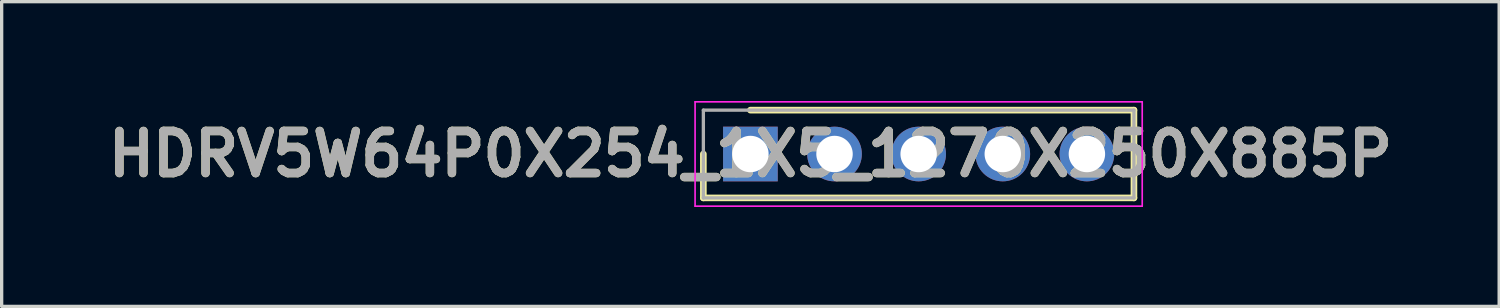
<source format=kicad_pcb>
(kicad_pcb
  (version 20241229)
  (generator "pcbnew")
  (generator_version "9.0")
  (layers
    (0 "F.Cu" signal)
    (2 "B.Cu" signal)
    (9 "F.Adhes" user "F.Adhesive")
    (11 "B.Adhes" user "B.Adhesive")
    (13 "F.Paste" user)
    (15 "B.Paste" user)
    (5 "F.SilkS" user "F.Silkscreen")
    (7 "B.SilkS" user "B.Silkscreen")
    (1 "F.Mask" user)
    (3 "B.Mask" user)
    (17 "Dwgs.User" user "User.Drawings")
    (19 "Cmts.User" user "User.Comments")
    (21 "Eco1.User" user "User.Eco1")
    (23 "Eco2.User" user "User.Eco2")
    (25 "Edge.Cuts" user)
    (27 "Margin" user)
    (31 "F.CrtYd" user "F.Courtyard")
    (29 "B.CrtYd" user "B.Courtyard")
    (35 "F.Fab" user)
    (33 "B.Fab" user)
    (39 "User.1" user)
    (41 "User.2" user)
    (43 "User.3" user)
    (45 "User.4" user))
  (footprint "HDRV5W64P0X254_1X5_1270X250X885P"
    (layer "F.Cu")
    (at 19.606 1.6)
    (property "Reference" "HDRV5W64P0X254_1X5_1270X250X885P" (at 0 0 0) (layer "F.SilkS") (effects (font (size 1.27 1.27) (thickness 0.254))))
    (attr through_hole)
    (fp_line (start -1.42 0) (end -1.42 1.325) (stroke (width 0.2) (type solid)) (layer "F.SilkS"))
    (fp_line (start -1.42 1.325) (end 11.58 1.325) (stroke (width 0.2) (type solid)) (layer "F.SilkS"))
    (fp_line (start 11.58 -1.325) (end 0 -1.325) (stroke (width 0.2) (type solid)) (layer "F.SilkS"))
    (fp_line (start 11.58 1.325) (end 11.58 -1.325) (stroke (width 0.2) (type solid)) (layer "F.SilkS"))
    (fp_line (start -1.67 -1.575) (end 11.83 -1.575) (stroke (width 0.05) (type solid)) (layer "F.CrtYd"))
    (fp_line (start -1.67 1.575) (end -1.67 -1.575) (stroke (width 0.05) (type solid)) (layer "F.CrtYd"))
    (fp_line (start 11.83 -1.575) (end 11.83 1.575) (stroke (width 0.05) (type solid)) (layer "F.CrtYd"))
    (fp_line (start 11.83 1.575) (end -1.67 1.575) (stroke (width 0.05) (type solid)) (layer "F.CrtYd"))
    (fp_line (start -1.42 -1.325) (end 11.58 -1.325) (stroke (width 0.1) (type solid)) (layer "F.Fab"))
    (fp_line (start -1.42 1.325) (end -1.42 -1.325) (stroke (width 0.1) (type solid)) (layer "F.Fab"))
    (fp_line (start 11.58 -1.325) (end 11.58 1.325) (stroke (width 0.1) (type solid)) (layer "F.Fab"))
    (fp_line (start 11.58 1.325) (end -1.42 1.325) (stroke (width 0.1) (type solid)) (layer "F.Fab"))
    (fp_text user "${REFERENCE}" (at 0 0 0) (layer "F.Fab") (effects (font (size 1.27 1.27) (thickness 0.254))))
    (pad "1" thru_hole rect (at 0 0) (size 1.65 1.65) (drill 1.1) (layers "*.Cu" "*.Mask"))
    (pad "2" thru_hole circle (at 2.54 0) (size 1.65 1.65) (drill 1.1) (layers "*.Cu" "*.Mask"))
    (pad "3" thru_hole circle (at 5.08 0) (size 1.65 1.65) (drill 1.1) (layers "*.Cu" "*.Mask"))
    (pad "4" thru_hole circle (at 7.62 0) (size 1.65 1.65) (drill 1.1) (layers "*.Cu" "*.Mask"))
    (pad "5" thru_hole circle (at 10.16 0) (size 1.65 1.65) (drill 1.1) (layers "*.Cu" "*.Mask")))
  (gr_rect
    (start -3 -3)
    (end 42.213 6.2)
    (stroke (width 0.1) (type default))
    (fill no)
    (layer "Edge.Cuts")))
</source>
